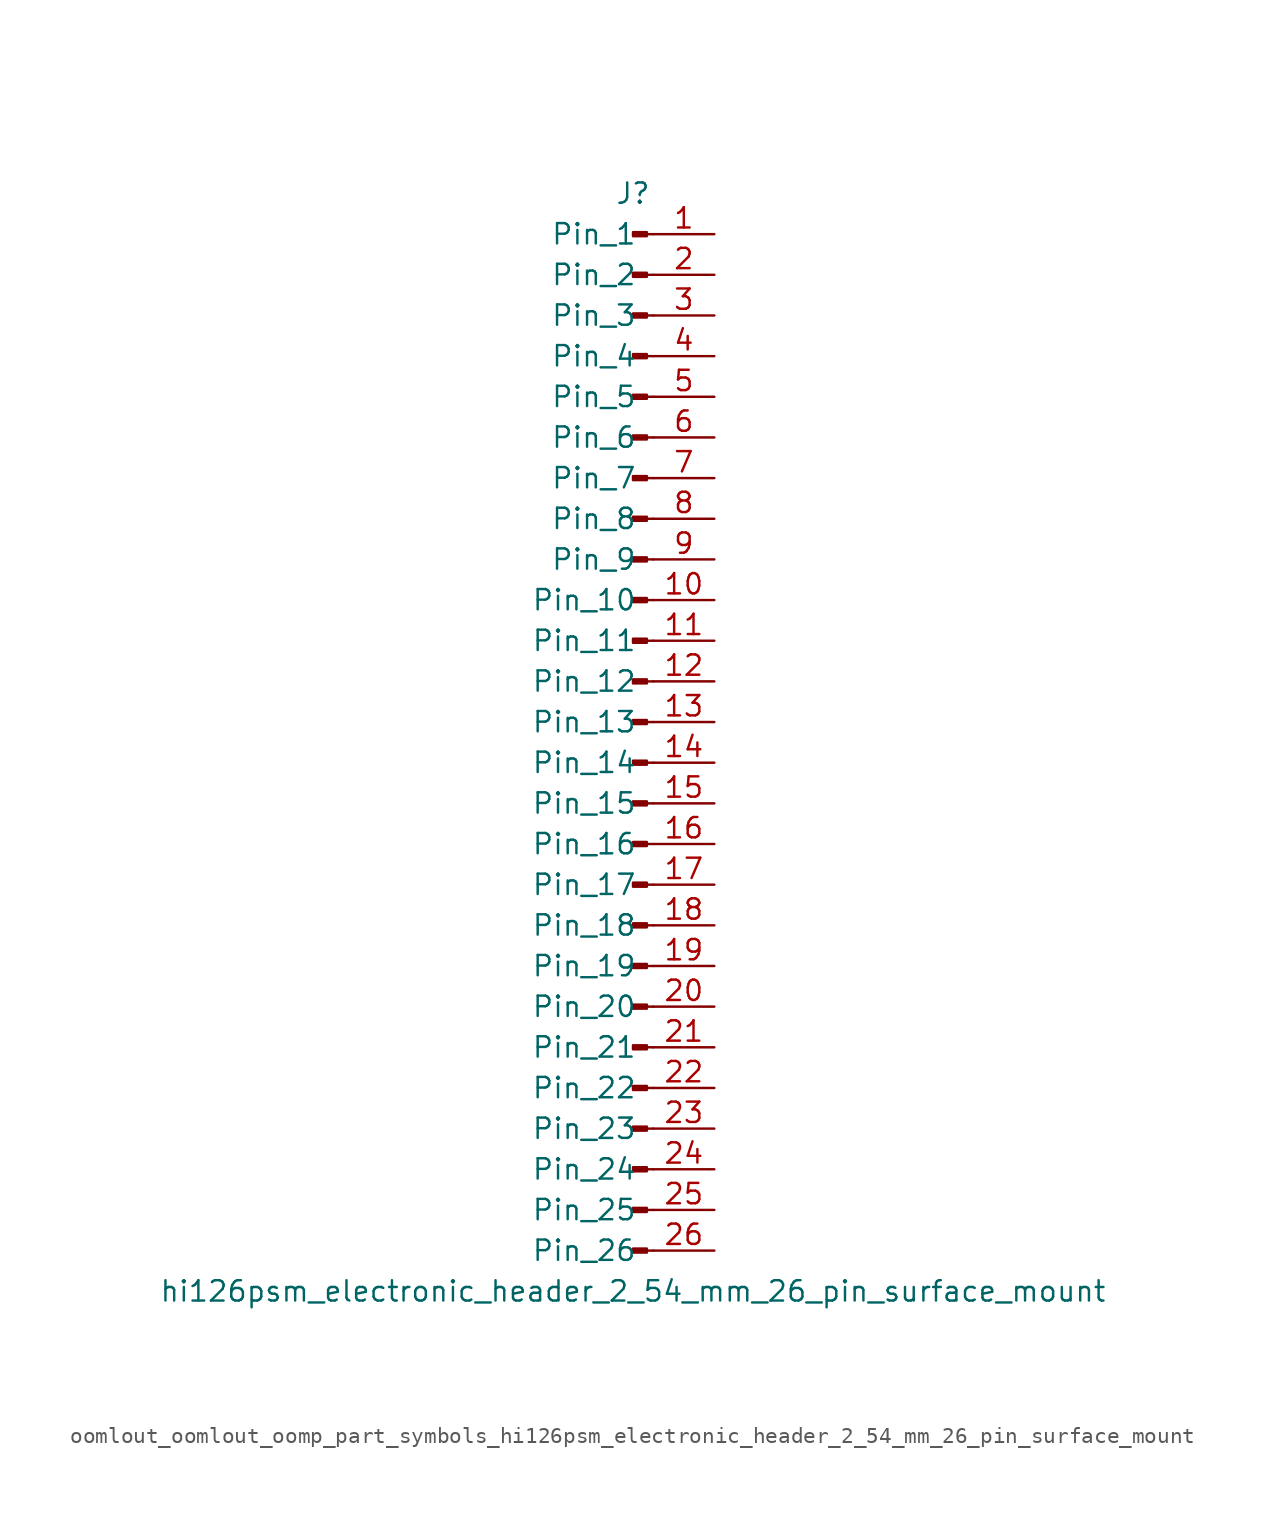
<source format=kicad_sym>
(kicad_symbol_lib
  (version 20220914)
  (generator kicad_symbol_editor)
  (symbol "oomlout_oomlout_oomp_part_symbols_hi126psm_electronic_header_2_54_mm_26_pin_surface_mount"
    (pin_names
      (offset 1.016))
    (property "Reference" "J"
      (at 0 33.02 0)
      (effects (font (size 1.27 1.27))))
    (property "Value" "hi126psm_electronic_header_2_54_mm_26_pin_surface_mount"
      (at 0 -35.56 0)
      (effects (font (size 1.27 1.27))))
    (property "ki_locked" ""
      (at 0 0 0)
      (effects (font (size 1.27 1.27))))
    (symbol "oomlout_oomlout_oomp_part_symbols_hi126psm_electronic_header_2_54_mm_26_pin_surface_mount_1_1"
      (polyline (pts (xy 1.27 -33.02) (xy 0.864 -33.02)) (stroke (width 0.152) (type default)) (fill (type none)))
      (polyline (pts (xy 1.27 -30.48) (xy 0.864 -30.48)) (stroke (width 0.152) (type default)) (fill (type none)))
      (polyline (pts (xy 1.27 -27.94) (xy 0.864 -27.94)) (stroke (width 0.152) (type default)) (fill (type none)))
      (polyline (pts (xy 1.27 -25.4) (xy 0.864 -25.4)) (stroke (width 0.152) (type default)) (fill (type none)))
      (polyline (pts (xy 1.27 -22.86) (xy 0.864 -22.86)) (stroke (width 0.152) (type default)) (fill (type none)))
      (polyline (pts (xy 1.27 -20.32) (xy 0.864 -20.32)) (stroke (width 0.152) (type default)) (fill (type none)))
      (polyline (pts (xy 1.27 -17.78) (xy 0.864 -17.78)) (stroke (width 0.152) (type default)) (fill (type none)))
      (polyline (pts (xy 1.27 -15.24) (xy 0.864 -15.24)) (stroke (width 0.152) (type default)) (fill (type none)))
      (polyline (pts (xy 1.27 -12.7) (xy 0.864 -12.7)) (stroke (width 0.152) (type default)) (fill (type none)))
      (polyline (pts (xy 1.27 -10.16) (xy 0.864 -10.16)) (stroke (width 0.152) (type default)) (fill (type none)))
      (polyline (pts (xy 1.27 -7.62) (xy 0.864 -7.62)) (stroke (width 0.152) (type default)) (fill (type none)))
      (polyline (pts (xy 1.27 -5.08) (xy 0.864 -5.08)) (stroke (width 0.152) (type default)) (fill (type none)))
      (polyline (pts (xy 1.27 -2.54) (xy 0.864 -2.54)) (stroke (width 0.152) (type default)) (fill (type none)))
      (polyline (pts (xy 1.27 0) (xy 0.864 0)) (stroke (width 0.152) (type default)) (fill (type none)))
      (polyline (pts (xy 1.27 2.54) (xy 0.864 2.54)) (stroke (width 0.152) (type default)) (fill (type none)))
      (polyline (pts (xy 1.27 5.08) (xy 0.864 5.08)) (stroke (width 0.152) (type default)) (fill (type none)))
      (polyline (pts (xy 1.27 7.62) (xy 0.864 7.62)) (stroke (width 0.152) (type default)) (fill (type none)))
      (polyline (pts (xy 1.27 10.16) (xy 0.864 10.16)) (stroke (width 0.152) (type default)) (fill (type none)))
      (polyline (pts (xy 1.27 12.7) (xy 0.864 12.7)) (stroke (width 0.152) (type default)) (fill (type none)))
      (polyline (pts (xy 1.27 15.24) (xy 0.864 15.24)) (stroke (width 0.152) (type default)) (fill (type none)))
      (polyline (pts (xy 1.27 17.78) (xy 0.864 17.78)) (stroke (width 0.152) (type default)) (fill (type none)))
      (polyline (pts (xy 1.27 20.32) (xy 0.864 20.32)) (stroke (width 0.152) (type default)) (fill (type none)))
      (polyline (pts (xy 1.27 22.86) (xy 0.864 22.86)) (stroke (width 0.152) (type default)) (fill (type none)))
      (polyline (pts (xy 1.27 25.4) (xy 0.864 25.4)) (stroke (width 0.152) (type default)) (fill (type none)))
      (polyline (pts (xy 1.27 27.94) (xy 0.864 27.94)) (stroke (width 0.152) (type default)) (fill (type none)))
      (polyline (pts (xy 1.27 30.48) (xy 0.864 30.48)) (stroke (width 0.152) (type default)) (fill (type none)))
      (rectangle (start 0.864 -32.893) (end 0 -33.147) (stroke (width 0.152) (type default)) (fill (type outline)))
      (rectangle (start 0.864 -30.353) (end 0 -30.607) (stroke (width 0.152) (type default)) (fill (type outline)))
      (rectangle (start 0.864 -27.813) (end 0 -28.067) (stroke (width 0.152) (type default)) (fill (type outline)))
      (rectangle (start 0.864 -25.273) (end 0 -25.527) (stroke (width 0.152) (type default)) (fill (type outline)))
      (rectangle (start 0.864 -22.733) (end 0 -22.987) (stroke (width 0.152) (type default)) (fill (type outline)))
      (rectangle (start 0.864 -20.193) (end 0 -20.447) (stroke (width 0.152) (type default)) (fill (type outline)))
      (rectangle (start 0.864 -17.653) (end 0 -17.907) (stroke (width 0.152) (type default)) (fill (type outline)))
      (rectangle (start 0.864 -15.113) (end 0 -15.367) (stroke (width 0.152) (type default)) (fill (type outline)))
      (rectangle (start 0.864 -12.573) (end 0 -12.827) (stroke (width 0.152) (type default)) (fill (type outline)))
      (rectangle (start 0.864 -10.033) (end 0 -10.287) (stroke (width 0.152) (type default)) (fill (type outline)))
      (rectangle (start 0.864 -7.493) (end 0 -7.747) (stroke (width 0.152) (type default)) (fill (type outline)))
      (rectangle (start 0.864 -4.953) (end 0 -5.207) (stroke (width 0.152) (type default)) (fill (type outline)))
      (rectangle (start 0.864 -2.413) (end 0 -2.667) (stroke (width 0.152) (type default)) (fill (type outline)))
      (rectangle (start 0.864 0.127) (end 0 -0.127) (stroke (width 0.152) (type default)) (fill (type outline)))
      (rectangle (start 0.864 2.667) (end 0 2.413) (stroke (width 0.152) (type default)) (fill (type outline)))
      (rectangle (start 0.864 5.207) (end 0 4.953) (stroke (width 0.152) (type default)) (fill (type outline)))
      (rectangle (start 0.864 7.747) (end 0 7.493) (stroke (width 0.152) (type default)) (fill (type outline)))
      (rectangle (start 0.864 10.287) (end 0 10.033) (stroke (width 0.152) (type default)) (fill (type outline)))
      (rectangle (start 0.864 12.827) (end 0 12.573) (stroke (width 0.152) (type default)) (fill (type outline)))
      (rectangle (start 0.864 15.367) (end 0 15.113) (stroke (width 0.152) (type default)) (fill (type outline)))
      (rectangle (start 0.864 17.907) (end 0 17.653) (stroke (width 0.152) (type default)) (fill (type outline)))
      (rectangle (start 0.864 20.447) (end 0 20.193) (stroke (width 0.152) (type default)) (fill (type outline)))
      (rectangle (start 0.864 22.987) (end 0 22.733) (stroke (width 0.152) (type default)) (fill (type outline)))
      (rectangle (start 0.864 25.527) (end 0 25.273) (stroke (width 0.152) (type default)) (fill (type outline)))
      (rectangle (start 0.864 28.067) (end 0 27.813) (stroke (width 0.152) (type default)) (fill (type outline)))
      (rectangle (start 0.864 30.607) (end 0 30.353) (stroke (width 0.152) (type default)) (fill (type outline)))
      (pin passive line (at 5.08 30.48 180) (length 3.81) (name "Pin_1" (effects (font (size 1.27 1.27)))) (number "1" (effects (font (size 1.27 1.27)))))
      (pin passive line (at 5.08 7.62 180) (length 3.81) (name "Pin_10" (effects (font (size 1.27 1.27)))) (number "10" (effects (font (size 1.27 1.27)))))
      (pin passive line (at 5.08 5.08 180) (length 3.81) (name "Pin_11" (effects (font (size 1.27 1.27)))) (number "11" (effects (font (size 1.27 1.27)))))
      (pin passive line (at 5.08 2.54 180) (length 3.81) (name "Pin_12" (effects (font (size 1.27 1.27)))) (number "12" (effects (font (size 1.27 1.27)))))
      (pin passive line (at 5.08 0 180) (length 3.81) (name "Pin_13" (effects (font (size 1.27 1.27)))) (number "13" (effects (font (size 1.27 1.27)))))
      (pin passive line (at 5.08 -2.54 180) (length 3.81) (name "Pin_14" (effects (font (size 1.27 1.27)))) (number "14" (effects (font (size 1.27 1.27)))))
      (pin passive line (at 5.08 -5.08 180) (length 3.81) (name "Pin_15" (effects (font (size 1.27 1.27)))) (number "15" (effects (font (size 1.27 1.27)))))
      (pin passive line (at 5.08 -7.62 180) (length 3.81) (name "Pin_16" (effects (font (size 1.27 1.27)))) (number "16" (effects (font (size 1.27 1.27)))))
      (pin passive line (at 5.08 -10.16 180) (length 3.81) (name "Pin_17" (effects (font (size 1.27 1.27)))) (number "17" (effects (font (size 1.27 1.27)))))
      (pin passive line (at 5.08 -12.7 180) (length 3.81) (name "Pin_18" (effects (font (size 1.27 1.27)))) (number "18" (effects (font (size 1.27 1.27)))))
      (pin passive line (at 5.08 -15.24 180) (length 3.81) (name "Pin_19" (effects (font (size 1.27 1.27)))) (number "19" (effects (font (size 1.27 1.27)))))
      (pin passive line (at 5.08 27.94 180) (length 3.81) (name "Pin_2" (effects (font (size 1.27 1.27)))) (number "2" (effects (font (size 1.27 1.27)))))
      (pin passive line (at 5.08 -17.78 180) (length 3.81) (name "Pin_20" (effects (font (size 1.27 1.27)))) (number "20" (effects (font (size 1.27 1.27)))))
      (pin passive line (at 5.08 -20.32 180) (length 3.81) (name "Pin_21" (effects (font (size 1.27 1.27)))) (number "21" (effects (font (size 1.27 1.27)))))
      (pin passive line (at 5.08 -22.86 180) (length 3.81) (name "Pin_22" (effects (font (size 1.27 1.27)))) (number "22" (effects (font (size 1.27 1.27)))))
      (pin passive line (at 5.08 -25.4 180) (length 3.81) (name "Pin_23" (effects (font (size 1.27 1.27)))) (number "23" (effects (font (size 1.27 1.27)))))
      (pin passive line (at 5.08 -27.94 180) (length 3.81) (name "Pin_24" (effects (font (size 1.27 1.27)))) (number "24" (effects (font (size 1.27 1.27)))))
      (pin passive line (at 5.08 -30.48 180) (length 3.81) (name "Pin_25" (effects (font (size 1.27 1.27)))) (number "25" (effects (font (size 1.27 1.27)))))
      (pin passive line (at 5.08 -33.02 180) (length 3.81) (name "Pin_26" (effects (font (size 1.27 1.27)))) (number "26" (effects (font (size 1.27 1.27)))))
      (pin passive line (at 5.08 25.4 180) (length 3.81) (name "Pin_3" (effects (font (size 1.27 1.27)))) (number "3" (effects (font (size 1.27 1.27)))))
      (pin passive line (at 5.08 22.86 180) (length 3.81) (name "Pin_4" (effects (font (size 1.27 1.27)))) (number "4" (effects (font (size 1.27 1.27)))))
      (pin passive line (at 5.08 20.32 180) (length 3.81) (name "Pin_5" (effects (font (size 1.27 1.27)))) (number "5" (effects (font (size 1.27 1.27)))))
      (pin passive line (at 5.08 17.78 180) (length 3.81) (name "Pin_6" (effects (font (size 1.27 1.27)))) (number "6" (effects (font (size 1.27 1.27)))))
      (pin passive line (at 5.08 15.24 180) (length 3.81) (name "Pin_7" (effects (font (size 1.27 1.27)))) (number "7" (effects (font (size 1.27 1.27)))))
      (pin passive line (at 5.08 12.7 180) (length 3.81) (name "Pin_8" (effects (font (size 1.27 1.27)))) (number "8" (effects (font (size 1.27 1.27)))))
      (pin passive line (at 5.08 10.16 180) (length 3.81) (name "Pin_9" (effects (font (size 1.27 1.27)))) (number "9" (effects (font (size 1.27 1.27))))))))
</source>
